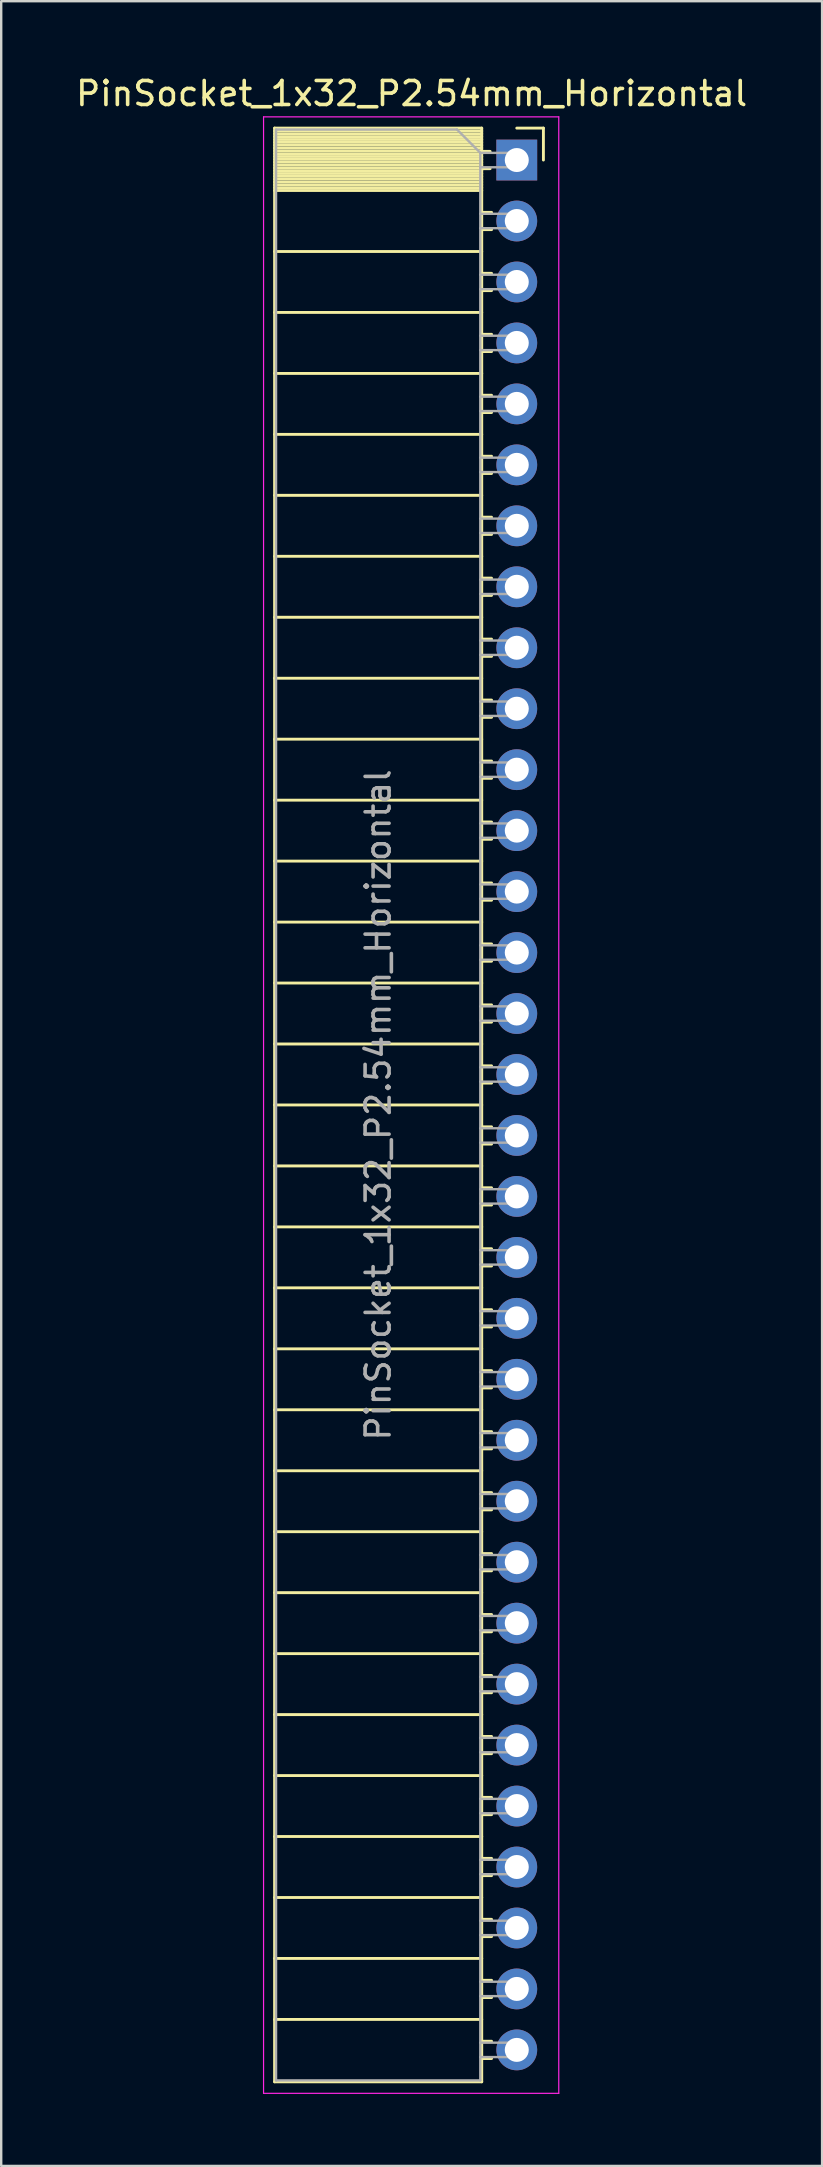
<source format=kicad_pcb>
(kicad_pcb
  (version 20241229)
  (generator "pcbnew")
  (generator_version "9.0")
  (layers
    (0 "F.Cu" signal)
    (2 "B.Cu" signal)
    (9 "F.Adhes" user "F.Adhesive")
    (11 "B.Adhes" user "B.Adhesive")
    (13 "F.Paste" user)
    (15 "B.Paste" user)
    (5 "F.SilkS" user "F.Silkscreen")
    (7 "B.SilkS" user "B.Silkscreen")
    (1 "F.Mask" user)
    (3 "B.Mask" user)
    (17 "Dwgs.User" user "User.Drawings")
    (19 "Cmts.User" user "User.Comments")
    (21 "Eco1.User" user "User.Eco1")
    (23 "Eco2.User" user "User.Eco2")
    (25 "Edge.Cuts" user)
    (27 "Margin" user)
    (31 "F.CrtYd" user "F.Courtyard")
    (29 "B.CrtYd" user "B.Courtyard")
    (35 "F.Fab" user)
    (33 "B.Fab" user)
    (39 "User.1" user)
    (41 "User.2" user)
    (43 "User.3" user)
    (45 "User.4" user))
  (footprint "PinSocket_1x32_P2.54mm_Horizontal"
    (layer "F.Cu")
    (at 18.481 3.618)
    (property "Reference" "PinSocket_1x32_P2.54mm_Horizontal" (at -4.38 -2.77 0) (layer "F.SilkS") (effects (font (size 1 1) (thickness 0.15))))
    (attr through_hole)
    (fp_line (start -10.09 -1.33) (end -10.09 80.07) (stroke (width 0.12) (type solid)) (layer "F.SilkS"))
    (fp_line (start -10.09 -1.33) (end -1.46 -1.33) (stroke (width 0.12) (type solid)) (layer "F.SilkS"))
    (fp_line (start -10.09 -1.21) (end -1.46 -1.21) (stroke (width 0.12) (type solid)) (layer "F.SilkS"))
    (fp_line (start -10.09 -1.092) (end -1.46 -1.092) (stroke (width 0.12) (type solid)) (layer "F.SilkS"))
    (fp_line (start -10.09 -0.974) (end -1.46 -0.974) (stroke (width 0.12) (type solid)) (layer "F.SilkS"))
    (fp_line (start -10.09 -0.856) (end -1.46 -0.856) (stroke (width 0.12) (type solid)) (layer "F.SilkS"))
    (fp_line (start -10.09 -0.738) (end -1.46 -0.738) (stroke (width 0.12) (type solid)) (layer "F.SilkS"))
    (fp_line (start -10.09 -0.62) (end -1.46 -0.62) (stroke (width 0.12) (type solid)) (layer "F.SilkS"))
    (fp_line (start -10.09 -0.501) (end -1.46 -0.501) (stroke (width 0.12) (type solid)) (layer "F.SilkS"))
    (fp_line (start -10.09 -0.383) (end -1.46 -0.383) (stroke (width 0.12) (type solid)) (layer "F.SilkS"))
    (fp_line (start -10.09 -0.265) (end -1.46 -0.265) (stroke (width 0.12) (type solid)) (layer "F.SilkS"))
    (fp_line (start -10.09 -0.147) (end -1.46 -0.147) (stroke (width 0.12) (type solid)) (layer "F.SilkS"))
    (fp_line (start -10.09 -0.029) (end -1.46 -0.029) (stroke (width 0.12) (type solid)) (layer "F.SilkS"))
    (fp_line (start -10.09 0.089) (end -1.46 0.089) (stroke (width 0.12) (type solid)) (layer "F.SilkS"))
    (fp_line (start -10.09 0.207) (end -1.46 0.207) (stroke (width 0.12) (type solid)) (layer "F.SilkS"))
    (fp_line (start -10.09 0.325) (end -1.46 0.325) (stroke (width 0.12) (type solid)) (layer "F.SilkS"))
    (fp_line (start -10.09 0.443) (end -1.46 0.443) (stroke (width 0.12) (type solid)) (layer "F.SilkS"))
    (fp_line (start -10.09 0.561) (end -1.46 0.561) (stroke (width 0.12) (type solid)) (layer "F.SilkS"))
    (fp_line (start -10.09 0.68) (end -1.46 0.68) (stroke (width 0.12) (type solid)) (layer "F.SilkS"))
    (fp_line (start -10.09 0.798) (end -1.46 0.798) (stroke (width 0.12) (type solid)) (layer "F.SilkS"))
    (fp_line (start -10.09 0.916) (end -1.46 0.916) (stroke (width 0.12) (type solid)) (layer "F.SilkS"))
    (fp_line (start -10.09 1.034) (end -1.46 1.034) (stroke (width 0.12) (type solid)) (layer "F.SilkS"))
    (fp_line (start -10.09 1.152) (end -1.46 1.152) (stroke (width 0.12) (type solid)) (layer "F.SilkS"))
    (fp_line (start -10.09 1.27) (end -1.46 1.27) (stroke (width 0.12) (type solid)) (layer "F.SilkS"))
    (fp_line (start -10.09 3.81) (end -1.46 3.81) (stroke (width 0.12) (type solid)) (layer "F.SilkS"))
    (fp_line (start -10.09 6.35) (end -1.46 6.35) (stroke (width 0.12) (type solid)) (layer "F.SilkS"))
    (fp_line (start -10.09 8.89) (end -1.46 8.89) (stroke (width 0.12) (type solid)) (layer "F.SilkS"))
    (fp_line (start -10.09 11.43) (end -1.46 11.43) (stroke (width 0.12) (type solid)) (layer "F.SilkS"))
    (fp_line (start -10.09 13.97) (end -1.46 13.97) (stroke (width 0.12) (type solid)) (layer "F.SilkS"))
    (fp_line (start -10.09 16.51) (end -1.46 16.51) (stroke (width 0.12) (type solid)) (layer "F.SilkS"))
    (fp_line (start -10.09 19.05) (end -1.46 19.05) (stroke (width 0.12) (type solid)) (layer "F.SilkS"))
    (fp_line (start -10.09 21.59) (end -1.46 21.59) (stroke (width 0.12) (type solid)) (layer "F.SilkS"))
    (fp_line (start -10.09 24.13) (end -1.46 24.13) (stroke (width 0.12) (type solid)) (layer "F.SilkS"))
    (fp_line (start -10.09 26.67) (end -1.46 26.67) (stroke (width 0.12) (type solid)) (layer "F.SilkS"))
    (fp_line (start -10.09 29.21) (end -1.46 29.21) (stroke (width 0.12) (type solid)) (layer "F.SilkS"))
    (fp_line (start -10.09 31.75) (end -1.46 31.75) (stroke (width 0.12) (type solid)) (layer "F.SilkS"))
    (fp_line (start -10.09 34.29) (end -1.46 34.29) (stroke (width 0.12) (type solid)) (layer "F.SilkS"))
    (fp_line (start -10.09 36.83) (end -1.46 36.83) (stroke (width 0.12) (type solid)) (layer "F.SilkS"))
    (fp_line (start -10.09 39.37) (end -1.46 39.37) (stroke (width 0.12) (type solid)) (layer "F.SilkS"))
    (fp_line (start -10.09 41.91) (end -1.46 41.91) (stroke (width 0.12) (type solid)) (layer "F.SilkS"))
    (fp_line (start -10.09 44.45) (end -1.46 44.45) (stroke (width 0.12) (type solid)) (layer "F.SilkS"))
    (fp_line (start -10.09 46.99) (end -1.46 46.99) (stroke (width 0.12) (type solid)) (layer "F.SilkS"))
    (fp_line (start -10.09 49.53) (end -1.46 49.53) (stroke (width 0.12) (type solid)) (layer "F.SilkS"))
    (fp_line (start -10.09 52.07) (end -1.46 52.07) (stroke (width 0.12) (type solid)) (layer "F.SilkS"))
    (fp_line (start -10.09 54.61) (end -1.46 54.61) (stroke (width 0.12) (type solid)) (layer "F.SilkS"))
    (fp_line (start -10.09 57.15) (end -1.46 57.15) (stroke (width 0.12) (type solid)) (layer "F.SilkS"))
    (fp_line (start -10.09 59.69) (end -1.46 59.69) (stroke (width 0.12) (type solid)) (layer "F.SilkS"))
    (fp_line (start -10.09 62.23) (end -1.46 62.23) (stroke (width 0.12) (type solid)) (layer "F.SilkS"))
    (fp_line (start -10.09 64.77) (end -1.46 64.77) (stroke (width 0.12) (type solid)) (layer "F.SilkS"))
    (fp_line (start -10.09 67.31) (end -1.46 67.31) (stroke (width 0.12) (type solid)) (layer "F.SilkS"))
    (fp_line (start -10.09 69.85) (end -1.46 69.85) (stroke (width 0.12) (type solid)) (layer "F.SilkS"))
    (fp_line (start -10.09 72.39) (end -1.46 72.39) (stroke (width 0.12) (type solid)) (layer "F.SilkS"))
    (fp_line (start -10.09 74.93) (end -1.46 74.93) (stroke (width 0.12) (type solid)) (layer "F.SilkS"))
    (fp_line (start -10.09 77.47) (end -1.46 77.47) (stroke (width 0.12) (type solid)) (layer "F.SilkS"))
    (fp_line (start -10.09 80.07) (end -1.46 80.07) (stroke (width 0.12) (type solid)) (layer "F.SilkS"))
    (fp_line (start -1.46 -1.33) (end -1.46 80.07) (stroke (width 0.12) (type solid)) (layer "F.SilkS"))
    (fp_line (start -1.46 -0.36) (end -1.11 -0.36) (stroke (width 0.12) (type solid)) (layer "F.SilkS"))
    (fp_line (start -1.46 0.36) (end -1.11 0.36) (stroke (width 0.12) (type solid)) (layer "F.SilkS"))
    (fp_line (start -1.46 2.18) (end -1.05 2.18) (stroke (width 0.12) (type solid)) (layer "F.SilkS"))
    (fp_line (start -1.46 2.9) (end -1.05 2.9) (stroke (width 0.12) (type solid)) (layer "F.SilkS"))
    (fp_line (start -1.46 4.72) (end -1.05 4.72) (stroke (width 0.12) (type solid)) (layer "F.SilkS"))
    (fp_line (start -1.46 5.44) (end -1.05 5.44) (stroke (width 0.12) (type solid)) (layer "F.SilkS"))
    (fp_line (start -1.46 7.26) (end -1.05 7.26) (stroke (width 0.12) (type solid)) (layer "F.SilkS"))
    (fp_line (start -1.46 7.98) (end -1.05 7.98) (stroke (width 0.12) (type solid)) (layer "F.SilkS"))
    (fp_line (start -1.46 9.8) (end -1.05 9.8) (stroke (width 0.12) (type solid)) (layer "F.SilkS"))
    (fp_line (start -1.46 10.52) (end -1.05 10.52) (stroke (width 0.12) (type solid)) (layer "F.SilkS"))
    (fp_line (start -1.46 12.34) (end -1.05 12.34) (stroke (width 0.12) (type solid)) (layer "F.SilkS"))
    (fp_line (start -1.46 13.06) (end -1.05 13.06) (stroke (width 0.12) (type solid)) (layer "F.SilkS"))
    (fp_line (start -1.46 14.88) (end -1.05 14.88) (stroke (width 0.12) (type solid)) (layer "F.SilkS"))
    (fp_line (start -1.46 15.6) (end -1.05 15.6) (stroke (width 0.12) (type solid)) (layer "F.SilkS"))
    (fp_line (start -1.46 17.42) (end -1.05 17.42) (stroke (width 0.12) (type solid)) (layer "F.SilkS"))
    (fp_line (start -1.46 18.14) (end -1.05 18.14) (stroke (width 0.12) (type solid)) (layer "F.SilkS"))
    (fp_line (start -1.46 19.96) (end -1.05 19.96) (stroke (width 0.12) (type solid)) (layer "F.SilkS"))
    (fp_line (start -1.46 20.68) (end -1.05 20.68) (stroke (width 0.12) (type solid)) (layer "F.SilkS"))
    (fp_line (start -1.46 22.5) (end -1.05 22.5) (stroke (width 0.12) (type solid)) (layer "F.SilkS"))
    (fp_line (start -1.46 23.22) (end -1.05 23.22) (stroke (width 0.12) (type solid)) (layer "F.SilkS"))
    (fp_line (start -1.46 25.04) (end -1.05 25.04) (stroke (width 0.12) (type solid)) (layer "F.SilkS"))
    (fp_line (start -1.46 25.76) (end -1.05 25.76) (stroke (width 0.12) (type solid)) (layer "F.SilkS"))
    (fp_line (start -1.46 27.58) (end -1.05 27.58) (stroke (width 0.12) (type solid)) (layer "F.SilkS"))
    (fp_line (start -1.46 28.3) (end -1.05 28.3) (stroke (width 0.12) (type solid)) (layer "F.SilkS"))
    (fp_line (start -1.46 30.12) (end -1.05 30.12) (stroke (width 0.12) (type solid)) (layer "F.SilkS"))
    (fp_line (start -1.46 30.84) (end -1.05 30.84) (stroke (width 0.12) (type solid)) (layer "F.SilkS"))
    (fp_line (start -1.46 32.66) (end -1.05 32.66) (stroke (width 0.12) (type solid)) (layer "F.SilkS"))
    (fp_line (start -1.46 33.38) (end -1.05 33.38) (stroke (width 0.12) (type solid)) (layer "F.SilkS"))
    (fp_line (start -1.46 35.2) (end -1.05 35.2) (stroke (width 0.12) (type solid)) (layer "F.SilkS"))
    (fp_line (start -1.46 35.92) (end -1.05 35.92) (stroke (width 0.12) (type solid)) (layer "F.SilkS"))
    (fp_line (start -1.46 37.74) (end -1.05 37.74) (stroke (width 0.12) (type solid)) (layer "F.SilkS"))
    (fp_line (start -1.46 38.46) (end -1.05 38.46) (stroke (width 0.12) (type solid)) (layer "F.SilkS"))
    (fp_line (start -1.46 40.28) (end -1.05 40.28) (stroke (width 0.12) (type solid)) (layer "F.SilkS"))
    (fp_line (start -1.46 41) (end -1.05 41) (stroke (width 0.12) (type solid)) (layer "F.SilkS"))
    (fp_line (start -1.46 42.82) (end -1.05 42.82) (stroke (width 0.12) (type solid)) (layer "F.SilkS"))
    (fp_line (start -1.46 43.54) (end -1.05 43.54) (stroke (width 0.12) (type solid)) (layer "F.SilkS"))
    (fp_line (start -1.46 45.36) (end -1.05 45.36) (stroke (width 0.12) (type solid)) (layer "F.SilkS"))
    (fp_line (start -1.46 46.08) (end -1.05 46.08) (stroke (width 0.12) (type solid)) (layer "F.SilkS"))
    (fp_line (start -1.46 47.9) (end -1.05 47.9) (stroke (width 0.12) (type solid)) (layer "F.SilkS"))
    (fp_line (start -1.46 48.62) (end -1.05 48.62) (stroke (width 0.12) (type solid)) (layer "F.SilkS"))
    (fp_line (start -1.46 50.44) (end -1.05 50.44) (stroke (width 0.12) (type solid)) (layer "F.SilkS"))
    (fp_line (start -1.46 51.16) (end -1.05 51.16) (stroke (width 0.12) (type solid)) (layer "F.SilkS"))
    (fp_line (start -1.46 52.98) (end -1.05 52.98) (stroke (width 0.12) (type solid)) (layer "F.SilkS"))
    (fp_line (start -1.46 53.7) (end -1.05 53.7) (stroke (width 0.12) (type solid)) (layer "F.SilkS"))
    (fp_line (start -1.46 55.52) (end -1.05 55.52) (stroke (width 0.12) (type solid)) (layer "F.SilkS"))
    (fp_line (start -1.46 56.24) (end -1.05 56.24) (stroke (width 0.12) (type solid)) (layer "F.SilkS"))
    (fp_line (start -1.46 58.06) (end -1.05 58.06) (stroke (width 0.12) (type solid)) (layer "F.SilkS"))
    (fp_line (start -1.46 58.78) (end -1.05 58.78) (stroke (width 0.12) (type solid)) (layer "F.SilkS"))
    (fp_line (start -1.46 60.6) (end -1.05 60.6) (stroke (width 0.12) (type solid)) (layer "F.SilkS"))
    (fp_line (start -1.46 61.32) (end -1.05 61.32) (stroke (width 0.12) (type solid)) (layer "F.SilkS"))
    (fp_line (start -1.46 63.14) (end -1.05 63.14) (stroke (width 0.12) (type solid)) (layer "F.SilkS"))
    (fp_line (start -1.46 63.86) (end -1.05 63.86) (stroke (width 0.12) (type solid)) (layer "F.SilkS"))
    (fp_line (start -1.46 65.68) (end -1.05 65.68) (stroke (width 0.12) (type solid)) (layer "F.SilkS"))
    (fp_line (start -1.46 66.4) (end -1.05 66.4) (stroke (width 0.12) (type solid)) (layer "F.SilkS"))
    (fp_line (start -1.46 68.22) (end -1.05 68.22) (stroke (width 0.12) (type solid)) (layer "F.SilkS"))
    (fp_line (start -1.46 68.94) (end -1.05 68.94) (stroke (width 0.12) (type solid)) (layer "F.SilkS"))
    (fp_line (start -1.46 70.76) (end -1.05 70.76) (stroke (width 0.12) (type solid)) (layer "F.SilkS"))
    (fp_line (start -1.46 71.48) (end -1.05 71.48) (stroke (width 0.12) (type solid)) (layer "F.SilkS"))
    (fp_line (start -1.46 73.3) (end -1.05 73.3) (stroke (width 0.12) (type solid)) (layer "F.SilkS"))
    (fp_line (start -1.46 74.02) (end -1.05 74.02) (stroke (width 0.12) (type solid)) (layer "F.SilkS"))
    (fp_line (start -1.46 75.84) (end -1.05 75.84) (stroke (width 0.12) (type solid)) (layer "F.SilkS"))
    (fp_line (start -1.46 76.56) (end -1.05 76.56) (stroke (width 0.12) (type solid)) (layer "F.SilkS"))
    (fp_line (start -1.46 78.38) (end -1.05 78.38) (stroke (width 0.12) (type solid)) (layer "F.SilkS"))
    (fp_line (start -1.46 79.1) (end -1.05 79.1) (stroke (width 0.12) (type solid)) (layer "F.SilkS"))
    (fp_line (start 0 -1.33) (end 1.11 -1.33) (stroke (width 0.12) (type solid)) (layer "F.SilkS"))
    (fp_line (start 1.11 -1.33) (end 1.11 0) (stroke (width 0.12) (type solid)) (layer "F.SilkS"))
    (fp_line (start -10.55 -1.8) (end -10.55 80.55) (stroke (width 0.05) (type solid)) (layer "F.CrtYd"))
    (fp_line (start -10.55 80.55) (end 1.75 80.55) (stroke (width 0.05) (type solid)) (layer "F.CrtYd"))
    (fp_line (start 1.75 -1.8) (end -10.55 -1.8) (stroke (width 0.05) (type solid)) (layer "F.CrtYd"))
    (fp_line (start 1.75 80.55) (end 1.75 -1.8) (stroke (width 0.05) (type solid)) (layer "F.CrtYd"))
    (fp_line (start -10.03 -1.27) (end -2.49 -1.27) (stroke (width 0.1) (type solid)) (layer "F.Fab"))
    (fp_line (start -10.03 80.01) (end -10.03 -1.27) (stroke (width 0.1) (type solid)) (layer "F.Fab"))
    (fp_line (start -2.49 -1.27) (end -1.52 -0.3) (stroke (width 0.1) (type solid)) (layer "F.Fab"))
    (fp_line (start -1.52 -0.3) (end -1.52 80.01) (stroke (width 0.1) (type solid)) (layer "F.Fab"))
    (fp_line (start -1.52 0.3) (end 0 0.3) (stroke (width 0.1) (type solid)) (layer "F.Fab"))
    (fp_line (start -1.52 2.84) (end 0 2.84) (stroke (width 0.1) (type solid)) (layer "F.Fab"))
    (fp_line (start -1.52 5.38) (end 0 5.38) (stroke (width 0.1) (type solid)) (layer "F.Fab"))
    (fp_line (start -1.52 7.92) (end 0 7.92) (stroke (width 0.1) (type solid)) (layer "F.Fab"))
    (fp_line (start -1.52 10.46) (end 0 10.46) (stroke (width 0.1) (type solid)) (layer "F.Fab"))
    (fp_line (start -1.52 13) (end 0 13) (stroke (width 0.1) (type solid)) (layer "F.Fab"))
    (fp_line (start -1.52 15.54) (end 0 15.54) (stroke (width 0.1) (type solid)) (layer "F.Fab"))
    (fp_line (start -1.52 18.08) (end 0 18.08) (stroke (width 0.1) (type solid)) (layer "F.Fab"))
    (fp_line (start -1.52 20.62) (end 0 20.62) (stroke (width 0.1) (type solid)) (layer "F.Fab"))
    (fp_line (start -1.52 23.16) (end 0 23.16) (stroke (width 0.1) (type solid)) (layer "F.Fab"))
    (fp_line (start -1.52 25.7) (end 0 25.7) (stroke (width 0.1) (type solid)) (layer "F.Fab"))
    (fp_line (start -1.52 28.24) (end 0 28.24) (stroke (width 0.1) (type solid)) (layer "F.Fab"))
    (fp_line (start -1.52 30.78) (end 0 30.78) (stroke (width 0.1) (type solid)) (layer "F.Fab"))
    (fp_line (start -1.52 33.32) (end 0 33.32) (stroke (width 0.1) (type solid)) (layer "F.Fab"))
    (fp_line (start -1.52 35.86) (end 0 35.86) (stroke (width 0.1) (type solid)) (layer "F.Fab"))
    (fp_line (start -1.52 38.4) (end 0 38.4) (stroke (width 0.1) (type solid)) (layer "F.Fab"))
    (fp_line (start -1.52 40.94) (end 0 40.94) (stroke (width 0.1) (type solid)) (layer "F.Fab"))
    (fp_line (start -1.52 43.48) (end 0 43.48) (stroke (width 0.1) (type solid)) (layer "F.Fab"))
    (fp_line (start -1.52 46.02) (end 0 46.02) (stroke (width 0.1) (type solid)) (layer "F.Fab"))
    (fp_line (start -1.52 48.56) (end 0 48.56) (stroke (width 0.1) (type solid)) (layer "F.Fab"))
    (fp_line (start -1.52 51.1) (end 0 51.1) (stroke (width 0.1) (type solid)) (layer "F.Fab"))
    (fp_line (start -1.52 53.64) (end 0 53.64) (stroke (width 0.1) (type solid)) (layer "F.Fab"))
    (fp_line (start -1.52 56.18) (end 0 56.18) (stroke (width 0.1) (type solid)) (layer "F.Fab"))
    (fp_line (start -1.52 58.72) (end 0 58.72) (stroke (width 0.1) (type solid)) (layer "F.Fab"))
    (fp_line (start -1.52 61.26) (end 0 61.26) (stroke (width 0.1) (type solid)) (layer "F.Fab"))
    (fp_line (start -1.52 63.8) (end 0 63.8) (stroke (width 0.1) (type solid)) (layer "F.Fab"))
    (fp_line (start -1.52 66.34) (end 0 66.34) (stroke (width 0.1) (type solid)) (layer "F.Fab"))
    (fp_line (start -1.52 68.88) (end 0 68.88) (stroke (width 0.1) (type solid)) (layer "F.Fab"))
    (fp_line (start -1.52 71.42) (end 0 71.42) (stroke (width 0.1) (type solid)) (layer "F.Fab"))
    (fp_line (start -1.52 73.96) (end 0 73.96) (stroke (width 0.1) (type solid)) (layer "F.Fab"))
    (fp_line (start -1.52 76.5) (end 0 76.5) (stroke (width 0.1) (type solid)) (layer "F.Fab"))
    (fp_line (start -1.52 79.04) (end 0 79.04) (stroke (width 0.1) (type solid)) (layer "F.Fab"))
    (fp_line (start -1.52 80.01) (end -10.03 80.01) (stroke (width 0.1) (type solid)) (layer "F.Fab"))
    (fp_line (start 0 -0.3) (end -1.52 -0.3) (stroke (width 0.1) (type solid)) (layer "F.Fab"))
    (fp_line (start 0 0.3) (end 0 -0.3) (stroke (width 0.1) (type solid)) (layer "F.Fab"))
    (fp_line (start 0 2.24) (end -1.52 2.24) (stroke (width 0.1) (type solid)) (layer "F.Fab"))
    (fp_line (start 0 2.84) (end 0 2.24) (stroke (width 0.1) (type solid)) (layer "F.Fab"))
    (fp_line (start 0 4.78) (end -1.52 4.78) (stroke (width 0.1) (type solid)) (layer "F.Fab"))
    (fp_line (start 0 5.38) (end 0 4.78) (stroke (width 0.1) (type solid)) (layer "F.Fab"))
    (fp_line (start 0 7.32) (end -1.52 7.32) (stroke (width 0.1) (type solid)) (layer "F.Fab"))
    (fp_line (start 0 7.92) (end 0 7.32) (stroke (width 0.1) (type solid)) (layer "F.Fab"))
    (fp_line (start 0 9.86) (end -1.52 9.86) (stroke (width 0.1) (type solid)) (layer "F.Fab"))
    (fp_line (start 0 10.46) (end 0 9.86) (stroke (width 0.1) (type solid)) (layer "F.Fab"))
    (fp_line (start 0 12.4) (end -1.52 12.4) (stroke (width 0.1) (type solid)) (layer "F.Fab"))
    (fp_line (start 0 13) (end 0 12.4) (stroke (width 0.1) (type solid)) (layer "F.Fab"))
    (fp_line (start 0 14.94) (end -1.52 14.94) (stroke (width 0.1) (type solid)) (layer "F.Fab"))
    (fp_line (start 0 15.54) (end 0 14.94) (stroke (width 0.1) (type solid)) (layer "F.Fab"))
    (fp_line (start 0 17.48) (end -1.52 17.48) (stroke (width 0.1) (type solid)) (layer "F.Fab"))
    (fp_line (start 0 18.08) (end 0 17.48) (stroke (width 0.1) (type solid)) (layer "F.Fab"))
    (fp_line (start 0 20.02) (end -1.52 20.02) (stroke (width 0.1) (type solid)) (layer "F.Fab"))
    (fp_line (start 0 20.62) (end 0 20.02) (stroke (width 0.1) (type solid)) (layer "F.Fab"))
    (fp_line (start 0 22.56) (end -1.52 22.56) (stroke (width 0.1) (type solid)) (layer "F.Fab"))
    (fp_line (start 0 23.16) (end 0 22.56) (stroke (width 0.1) (type solid)) (layer "F.Fab"))
    (fp_line (start 0 25.1) (end -1.52 25.1) (stroke (width 0.1) (type solid)) (layer "F.Fab"))
    (fp_line (start 0 25.7) (end 0 25.1) (stroke (width 0.1) (type solid)) (layer "F.Fab"))
    (fp_line (start 0 27.64) (end -1.52 27.64) (stroke (width 0.1) (type solid)) (layer "F.Fab"))
    (fp_line (start 0 28.24) (end 0 27.64) (stroke (width 0.1) (type solid)) (layer "F.Fab"))
    (fp_line (start 0 30.18) (end -1.52 30.18) (stroke (width 0.1) (type solid)) (layer "F.Fab"))
    (fp_line (start 0 30.78) (end 0 30.18) (stroke (width 0.1) (type solid)) (layer "F.Fab"))
    (fp_line (start 0 32.72) (end -1.52 32.72) (stroke (width 0.1) (type solid)) (layer "F.Fab"))
    (fp_line (start 0 33.32) (end 0 32.72) (stroke (width 0.1) (type solid)) (layer "F.Fab"))
    (fp_line (start 0 35.26) (end -1.52 35.26) (stroke (width 0.1) (type solid)) (layer "F.Fab"))
    (fp_line (start 0 35.86) (end 0 35.26) (stroke (width 0.1) (type solid)) (layer "F.Fab"))
    (fp_line (start 0 37.8) (end -1.52 37.8) (stroke (width 0.1) (type solid)) (layer "F.Fab"))
    (fp_line (start 0 38.4) (end 0 37.8) (stroke (width 0.1) (type solid)) (layer "F.Fab"))
    (fp_line (start 0 40.34) (end -1.52 40.34) (stroke (width 0.1) (type solid)) (layer "F.Fab"))
    (fp_line (start 0 40.94) (end 0 40.34) (stroke (width 0.1) (type solid)) (layer "F.Fab"))
    (fp_line (start 0 42.88) (end -1.52 42.88) (stroke (width 0.1) (type solid)) (layer "F.Fab"))
    (fp_line (start 0 43.48) (end 0 42.88) (stroke (width 0.1) (type solid)) (layer "F.Fab"))
    (fp_line (start 0 45.42) (end -1.52 45.42) (stroke (width 0.1) (type solid)) (layer "F.Fab"))
    (fp_line (start 0 46.02) (end 0 45.42) (stroke (width 0.1) (type solid)) (layer "F.Fab"))
    (fp_line (start 0 47.96) (end -1.52 47.96) (stroke (width 0.1) (type solid)) (layer "F.Fab"))
    (fp_line (start 0 48.56) (end 0 47.96) (stroke (width 0.1) (type solid)) (layer "F.Fab"))
    (fp_line (start 0 50.5) (end -1.52 50.5) (stroke (width 0.1) (type solid)) (layer "F.Fab"))
    (fp_line (start 0 51.1) (end 0 50.5) (stroke (width 0.1) (type solid)) (layer "F.Fab"))
    (fp_line (start 0 53.04) (end -1.52 53.04) (stroke (width 0.1) (type solid)) (layer "F.Fab"))
    (fp_line (start 0 53.64) (end 0 53.04) (stroke (width 0.1) (type solid)) (layer "F.Fab"))
    (fp_line (start 0 55.58) (end -1.52 55.58) (stroke (width 0.1) (type solid)) (layer "F.Fab"))
    (fp_line (start 0 56.18) (end 0 55.58) (stroke (width 0.1) (type solid)) (layer "F.Fab"))
    (fp_line (start 0 58.12) (end -1.52 58.12) (stroke (width 0.1) (type solid)) (layer "F.Fab"))
    (fp_line (start 0 58.72) (end 0 58.12) (stroke (width 0.1) (type solid)) (layer "F.Fab"))
    (fp_line (start 0 60.66) (end -1.52 60.66) (stroke (width 0.1) (type solid)) (layer "F.Fab"))
    (fp_line (start 0 61.26) (end 0 60.66) (stroke (width 0.1) (type solid)) (layer "F.Fab"))
    (fp_line (start 0 63.2) (end -1.52 63.2) (stroke (width 0.1) (type solid)) (layer "F.Fab"))
    (fp_line (start 0 63.8) (end 0 63.2) (stroke (width 0.1) (type solid)) (layer "F.Fab"))
    (fp_line (start 0 65.74) (end -1.52 65.74) (stroke (width 0.1) (type solid)) (layer "F.Fab"))
    (fp_line (start 0 66.34) (end 0 65.74) (stroke (width 0.1) (type solid)) (layer "F.Fab"))
    (fp_line (start 0 68.28) (end -1.52 68.28) (stroke (width 0.1) (type solid)) (layer "F.Fab"))
    (fp_line (start 0 68.88) (end 0 68.28) (stroke (width 0.1) (type solid)) (layer "F.Fab"))
    (fp_line (start 0 70.82) (end -1.52 70.82) (stroke (width 0.1) (type solid)) (layer "F.Fab"))
    (fp_line (start 0 71.42) (end 0 70.82) (stroke (width 0.1) (type solid)) (layer "F.Fab"))
    (fp_line (start 0 73.36) (end -1.52 73.36) (stroke (width 0.1) (type solid)) (layer "F.Fab"))
    (fp_line (start 0 73.96) (end 0 73.36) (stroke (width 0.1) (type solid)) (layer "F.Fab"))
    (fp_line (start 0 75.9) (end -1.52 75.9) (stroke (width 0.1) (type solid)) (layer "F.Fab"))
    (fp_line (start 0 76.5) (end 0 75.9) (stroke (width 0.1) (type solid)) (layer "F.Fab"))
    (fp_line (start 0 78.44) (end -1.52 78.44) (stroke (width 0.1) (type solid)) (layer "F.Fab"))
    (fp_line (start 0 79.04) (end 0 78.44) (stroke (width 0.1) (type solid)) (layer "F.Fab"))
    (fp_text user "${REFERENCE}" (at -5.775 39.37 90) (layer "F.Fab") (effects (font (size 1 1) (thickness 0.15))))
    (pad "1" thru_hole rect (at 0 0) (size 1.7 1.7) (drill 1) (layers "*.Cu" "*.Mask"))
    (pad "2" thru_hole oval (at 0 2.54) (size 1.7 1.7) (drill 1) (layers "*.Cu" "*.Mask"))
    (pad "3" thru_hole oval (at 0 5.08) (size 1.7 1.7) (drill 1) (layers "*.Cu" "*.Mask"))
    (pad "4" thru_hole oval (at 0 7.62) (size 1.7 1.7) (drill 1) (layers "*.Cu" "*.Mask"))
    (pad "5" thru_hole oval (at 0 10.16) (size 1.7 1.7) (drill 1) (layers "*.Cu" "*.Mask"))
    (pad "6" thru_hole oval (at 0 12.7) (size 1.7 1.7) (drill 1) (layers "*.Cu" "*.Mask"))
    (pad "7" thru_hole oval (at 0 15.24) (size 1.7 1.7) (drill 1) (layers "*.Cu" "*.Mask"))
    (pad "8" thru_hole oval (at 0 17.78) (size 1.7 1.7) (drill 1) (layers "*.Cu" "*.Mask"))
    (pad "9" thru_hole oval (at 0 20.32) (size 1.7 1.7) (drill 1) (layers "*.Cu" "*.Mask"))
    (pad "10" thru_hole oval (at 0 22.86) (size 1.7 1.7) (drill 1) (layers "*.Cu" "*.Mask"))
    (pad "11" thru_hole oval (at 0 25.4) (size 1.7 1.7) (drill 1) (layers "*.Cu" "*.Mask"))
    (pad "12" thru_hole oval (at 0 27.94) (size 1.7 1.7) (drill 1) (layers "*.Cu" "*.Mask"))
    (pad "13" thru_hole oval (at 0 30.48) (size 1.7 1.7) (drill 1) (layers "*.Cu" "*.Mask"))
    (pad "14" thru_hole oval (at 0 33.02) (size 1.7 1.7) (drill 1) (layers "*.Cu" "*.Mask"))
    (pad "15" thru_hole oval (at 0 35.56) (size 1.7 1.7) (drill 1) (layers "*.Cu" "*.Mask"))
    (pad "16" thru_hole oval (at 0 38.1) (size 1.7 1.7) (drill 1) (layers "*.Cu" "*.Mask"))
    (pad "17" thru_hole oval (at 0 40.64) (size 1.7 1.7) (drill 1) (layers "*.Cu" "*.Mask"))
    (pad "18" thru_hole oval (at 0 43.18) (size 1.7 1.7) (drill 1) (layers "*.Cu" "*.Mask"))
    (pad "19" thru_hole oval (at 0 45.72) (size 1.7 1.7) (drill 1) (layers "*.Cu" "*.Mask"))
    (pad "20" thru_hole oval (at 0 48.26) (size 1.7 1.7) (drill 1) (layers "*.Cu" "*.Mask"))
    (pad "21" thru_hole oval (at 0 50.8) (size 1.7 1.7) (drill 1) (layers "*.Cu" "*.Mask"))
    (pad "22" thru_hole oval (at 0 53.34) (size 1.7 1.7) (drill 1) (layers "*.Cu" "*.Mask"))
    (pad "23" thru_hole oval (at 0 55.88) (size 1.7 1.7) (drill 1) (layers "*.Cu" "*.Mask"))
    (pad "24" thru_hole oval (at 0 58.42) (size 1.7 1.7) (drill 1) (layers "*.Cu" "*.Mask"))
    (pad "25" thru_hole oval (at 0 60.96) (size 1.7 1.7) (drill 1) (layers "*.Cu" "*.Mask"))
    (pad "26" thru_hole oval (at 0 63.5) (size 1.7 1.7) (drill 1) (layers "*.Cu" "*.Mask"))
    (pad "27" thru_hole oval (at 0 66.04) (size 1.7 1.7) (drill 1) (layers "*.Cu" "*.Mask"))
    (pad "28" thru_hole oval (at 0 68.58) (size 1.7 1.7) (drill 1) (layers "*.Cu" "*.Mask"))
    (pad "29" thru_hole oval (at 0 71.12) (size 1.7 1.7) (drill 1) (layers "*.Cu" "*.Mask"))
    (pad "30" thru_hole oval (at 0 73.66) (size 1.7 1.7) (drill 1) (layers "*.Cu" "*.Mask"))
    (pad "31" thru_hole oval (at 0 76.2) (size 1.7 1.7) (drill 1) (layers "*.Cu" "*.Mask"))
    (pad "32" thru_hole oval (at 0 78.74) (size 1.7 1.7) (drill 1) (layers "*.Cu" "*.Mask")))
  (gr_rect
    (start -3 -3)
    (end 31.202 87.193)
    (stroke (width 0.1) (type default))
    (fill no)
    (layer "Edge.Cuts")))
</source>
